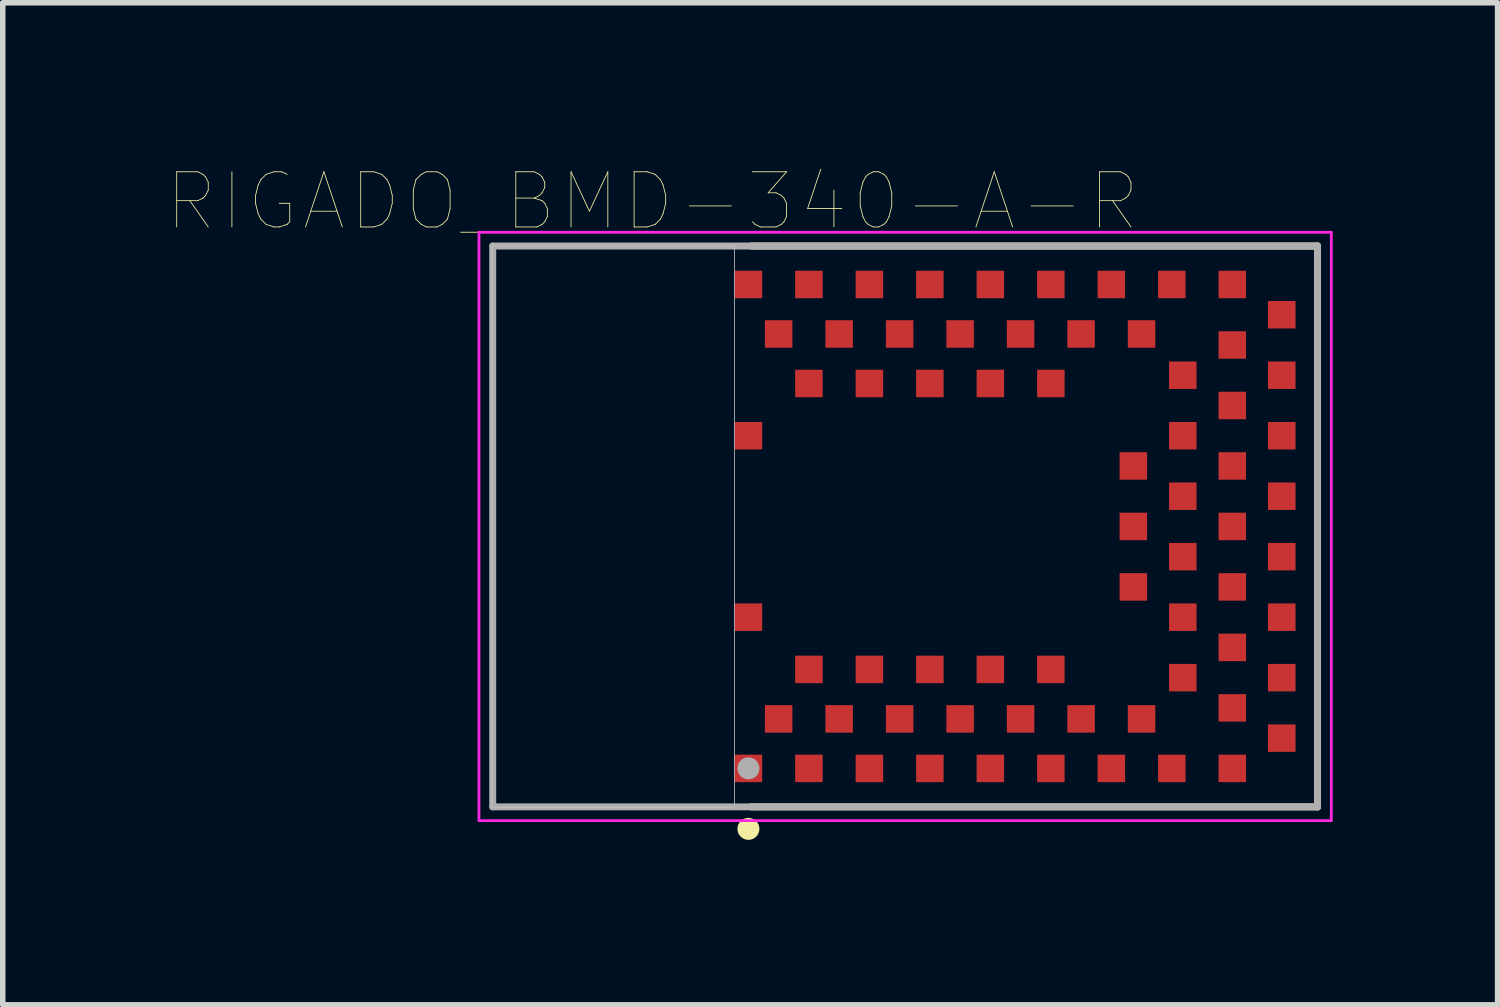
<source format=kicad_pcb>
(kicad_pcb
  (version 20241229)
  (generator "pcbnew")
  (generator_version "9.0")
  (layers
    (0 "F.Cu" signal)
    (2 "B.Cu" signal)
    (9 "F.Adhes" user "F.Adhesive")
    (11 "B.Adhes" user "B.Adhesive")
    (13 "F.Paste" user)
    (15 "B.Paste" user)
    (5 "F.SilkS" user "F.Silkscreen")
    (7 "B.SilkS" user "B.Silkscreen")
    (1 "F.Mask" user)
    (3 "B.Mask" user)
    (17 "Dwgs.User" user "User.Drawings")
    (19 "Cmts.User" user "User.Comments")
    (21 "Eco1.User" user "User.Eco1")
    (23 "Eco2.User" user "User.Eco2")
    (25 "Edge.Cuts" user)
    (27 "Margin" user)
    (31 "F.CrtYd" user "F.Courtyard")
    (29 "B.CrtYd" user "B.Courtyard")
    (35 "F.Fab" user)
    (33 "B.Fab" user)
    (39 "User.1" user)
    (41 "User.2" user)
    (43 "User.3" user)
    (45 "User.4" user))
  (footprint "RIGADO_BMD-340-A-R"
    (layer "F.Cu")
    (at 13.411 6.524)
    (property "Reference" "RIGADO_BMD-340-A-R" (at -4.594 -5.91 0) (layer "F.SilkS") (effects (font (size 1.004 1.004) (thickness 0.015))))
    (attr through_hole)
    (fp_line (start -2.8 5.1) (end 7.5 5.1) (stroke (width 0.127) (type solid)) (layer "F.SilkS"))
    (fp_line (start 7.5 -5.1) (end -2.8 -5.1) (stroke (width 0.127) (type solid)) (layer "F.SilkS"))
    (fp_line (start 7.5 -5.1) (end 7.5 5.1) (stroke (width 0.127) (type solid)) (layer "F.SilkS"))
    (fp_circle (center -2.85 5.5) (end -2.75 5.5) (stroke (width 0.2) (type solid)) (fill no) (layer "F.SilkS"))
    (fp_poly (pts (xy -7.519 -5.1) (xy -3.1 -5.1) (xy -3.1 5.113) (xy -7.519 5.113)) (stroke (width 0.01) (type solid)) (fill no) (layer "Dwgs.User"))
    (fp_poly (pts (xy -7.512 -5.1) (xy -3.1 -5.1) (xy -3.1 5.108) (xy -7.512 5.108)) (stroke (width 0.01) (type solid)) (fill no) (layer "Dwgs.User"))
    (fp_line (start -7.75 -5.35) (end -7.75 5.35) (stroke (width 0.05) (type solid)) (layer "F.CrtYd"))
    (fp_line (start -7.75 5.35) (end 7.75 5.35) (stroke (width 0.05) (type solid)) (layer "F.CrtYd"))
    (fp_line (start 7.75 -5.35) (end -7.75 -5.35) (stroke (width 0.05) (type solid)) (layer "F.CrtYd"))
    (fp_line (start 7.75 5.35) (end 7.75 -5.35) (stroke (width 0.05) (type solid)) (layer "F.CrtYd"))
    (fp_line (start -7.5 -5.1) (end 7.5 -5.1) (stroke (width 0.127) (type solid)) (layer "F.Fab"))
    (fp_line (start -7.5 5.1) (end -7.5 -5.1) (stroke (width 0.127) (type solid)) (layer "F.Fab"))
    (fp_line (start 7.5 -5.1) (end 7.5 5.1) (stroke (width 0.127) (type solid)) (layer "F.Fab"))
    (fp_line (start 7.5 5.1) (end -7.5 5.1) (stroke (width 0.127) (type solid)) (layer "F.Fab"))
    (fp_circle (center -2.85 4.4) (end -2.75 4.4) (stroke (width 0.2) (type solid)) (fill no) (layer "F.Fab"))
    (pad "1" smd rect (at -2.85 4.4) (size 0.5 0.5) (layers "F.Cu" "F.Mask" "F.Paste"))
    (pad "2" smd rect (at -2.3 3.5) (size 0.5 0.5) (layers "F.Cu" "F.Mask" "F.Paste"))
    (pad "3" smd rect (at -1.75 4.4) (size 0.5 0.5) (layers "F.Cu" "F.Mask" "F.Paste"))
    (pad "4" smd rect (at -1.2 3.5) (size 0.5 0.5) (layers "F.Cu" "F.Mask" "F.Paste"))
    (pad "5" smd rect (at -0.65 4.4) (size 0.5 0.5) (layers "F.Cu" "F.Mask" "F.Paste"))
    (pad "6" smd rect (at -0.1 3.5) (size 0.5 0.5) (layers "F.Cu" "F.Mask" "F.Paste"))
    (pad "7" smd rect (at 0.45 4.4) (size 0.5 0.5) (layers "F.Cu" "F.Mask" "F.Paste"))
    (pad "8" smd rect (at 1 3.5) (size 0.5 0.5) (layers "F.Cu" "F.Mask" "F.Paste"))
    (pad "9" smd rect (at 1.55 4.4) (size 0.5 0.5) (layers "F.Cu" "F.Mask" "F.Paste"))
    (pad "10" smd rect (at 2.1 3.5) (size 0.5 0.5) (layers "F.Cu" "F.Mask" "F.Paste"))
    (pad "11" smd rect (at 2.65 4.4) (size 0.5 0.5) (layers "F.Cu" "F.Mask" "F.Paste"))
    (pad "12" smd rect (at 3.2 3.5) (size 0.5 0.5) (layers "F.Cu" "F.Mask" "F.Paste"))
    (pad "13" smd rect (at 3.75 4.4) (size 0.5 0.5) (layers "F.Cu" "F.Mask" "F.Paste"))
    (pad "14" smd rect (at 4.3 3.5) (size 0.5 0.5) (layers "F.Cu" "F.Mask" "F.Paste"))
    (pad "15" smd rect (at 4.85 4.4) (size 0.5 0.5) (layers "F.Cu" "F.Mask" "F.Paste"))
    (pad "16" smd rect (at 5.95 4.4) (size 0.5 0.5) (layers "F.Cu" "F.Mask" "F.Paste"))
    (pad "17" smd rect (at 5.95 3.3) (size 0.5 0.5) (layers "F.Cu" "F.Mask" "F.Paste"))
    (pad "18" smd rect (at 5.05 2.75) (size 0.5 0.5) (layers "F.Cu" "F.Mask" "F.Paste"))
    (pad "19" smd rect (at 5.95 2.2) (size 0.5 0.5) (layers "F.Cu" "F.Mask" "F.Paste"))
    (pad "20" smd rect (at 5.05 1.65) (size 0.5 0.5) (layers "F.Cu" "F.Mask" "F.Paste"))
    (pad "21" smd rect (at 5.95 1.1) (size 0.5 0.5) (layers "F.Cu" "F.Mask" "F.Paste"))
    (pad "22" smd rect (at 5.05 0.55) (size 0.5 0.5) (layers "F.Cu" "F.Mask" "F.Paste"))
    (pad "23" smd rect (at 5.95 0) (size 0.5 0.5) (layers "F.Cu" "F.Mask" "F.Paste"))
    (pad "24" smd rect (at 5.05 -0.55) (size 0.5 0.5) (layers "F.Cu" "F.Mask" "F.Paste"))
    (pad "25" smd rect (at 5.95 -1.1) (size 0.5 0.5) (layers "F.Cu" "F.Mask" "F.Paste"))
    (pad "26" smd rect (at 5.05 -1.65) (size 0.5 0.5) (layers "F.Cu" "F.Mask" "F.Paste"))
    (pad "27" smd rect (at 5.95 -2.2) (size 0.5 0.5) (layers "F.Cu" "F.Mask" "F.Paste"))
    (pad "28" smd rect (at 5.05 -2.75) (size 0.5 0.5) (layers "F.Cu" "F.Mask" "F.Paste"))
    (pad "29" smd rect (at 5.95 -3.3) (size 0.5 0.5) (layers "F.Cu" "F.Mask" "F.Paste"))
    (pad "30" smd rect (at 5.95 -4.4) (size 0.5 0.5) (layers "F.Cu" "F.Mask" "F.Paste"))
    (pad "31" smd rect (at 4.85 -4.4) (size 0.5 0.5) (layers "F.Cu" "F.Mask" "F.Paste"))
    (pad "32" smd rect (at 4.3 -3.5) (size 0.5 0.5) (layers "F.Cu" "F.Mask" "F.Paste"))
    (pad "33" smd rect (at 3.75 -4.4) (size 0.5 0.5) (layers "F.Cu" "F.Mask" "F.Paste"))
    (pad "34" smd rect (at 3.2 -3.5) (size 0.5 0.5) (layers "F.Cu" "F.Mask" "F.Paste"))
    (pad "35" smd rect (at 2.65 -4.4) (size 0.5 0.5) (layers "F.Cu" "F.Mask" "F.Paste"))
    (pad "36" smd rect (at 2.1 -3.5) (size 0.5 0.5) (layers "F.Cu" "F.Mask" "F.Paste"))
    (pad "37" smd rect (at 1.55 -4.4) (size 0.5 0.5) (layers "F.Cu" "F.Mask" "F.Paste"))
    (pad "38" smd rect (at 1 -3.5) (size 0.5 0.5) (layers "F.Cu" "F.Mask" "F.Paste"))
    (pad "39" smd rect (at 0.45 -4.4) (size 0.5 0.5) (layers "F.Cu" "F.Mask" "F.Paste"))
    (pad "40" smd rect (at -0.1 -3.5) (size 0.5 0.5) (layers "F.Cu" "F.Mask" "F.Paste"))
    (pad "41" smd rect (at -0.65 -4.4) (size 0.5 0.5) (layers "F.Cu" "F.Mask" "F.Paste"))
    (pad "42" smd rect (at -1.2 -3.5) (size 0.5 0.5) (layers "F.Cu" "F.Mask" "F.Paste"))
    (pad "43" smd rect (at -1.75 -4.4) (size 0.5 0.5) (layers "F.Cu" "F.Mask" "F.Paste"))
    (pad "44" smd rect (at -2.3 -3.5) (size 0.5 0.5) (layers "F.Cu" "F.Mask" "F.Paste"))
    (pad "45" smd rect (at -2.85 -4.4) (size 0.5 0.5) (layers "F.Cu" "F.Mask" "F.Paste"))
    (pad "46" smd rect (at -2.85 -1.65) (size 0.5 0.5) (layers "F.Cu" "F.Mask" "F.Paste"))
    (pad "47" smd rect (at -2.85 1.65) (size 0.5 0.5) (layers "F.Cu" "F.Mask" "F.Paste"))
    (pad "48" smd rect (at -1.75 2.6) (size 0.5 0.5) (layers "F.Cu" "F.Mask" "F.Paste"))
    (pad "49" smd rect (at -0.65 2.6) (size 0.5 0.5) (layers "F.Cu" "F.Mask" "F.Paste"))
    (pad "50" smd rect (at 0.45 2.6) (size 0.5 0.5) (layers "F.Cu" "F.Mask" "F.Paste"))
    (pad "51" smd rect (at 1.55 2.6) (size 0.5 0.5) (layers "F.Cu" "F.Mask" "F.Paste"))
    (pad "52" smd rect (at 2.65 2.6) (size 0.5 0.5) (layers "F.Cu" "F.Mask" "F.Paste"))
    (pad "53" smd rect (at 4.15 1.1) (size 0.5 0.5) (layers "F.Cu" "F.Mask" "F.Paste"))
    (pad "54" smd rect (at 4.15 0) (size 0.5 0.5) (layers "F.Cu" "F.Mask" "F.Paste"))
    (pad "55" smd rect (at 4.15 -1.1) (size 0.5 0.5) (layers "F.Cu" "F.Mask" "F.Paste"))
    (pad "56" smd rect (at 2.65 -2.6) (size 0.5 0.5) (layers "F.Cu" "F.Mask" "F.Paste"))
    (pad "57" smd rect (at 1.55 -2.6) (size 0.5 0.5) (layers "F.Cu" "F.Mask" "F.Paste"))
    (pad "58" smd rect (at 0.45 -2.6) (size 0.5 0.5) (layers "F.Cu" "F.Mask" "F.Paste"))
    (pad "59" smd rect (at -0.65 -2.6) (size 0.5 0.5) (layers "F.Cu" "F.Mask" "F.Paste"))
    (pad "60" smd rect (at -1.75 -2.6) (size 0.5 0.5) (layers "F.Cu" "F.Mask" "F.Paste"))
    (pad "61" smd rect (at 6.85 3.85) (size 0.5 0.5) (layers "F.Cu" "F.Mask" "F.Paste"))
    (pad "62" smd rect (at 6.85 2.75) (size 0.5 0.5) (layers "F.Cu" "F.Mask" "F.Paste"))
    (pad "63" smd rect (at 6.85 1.65) (size 0.5 0.5) (layers "F.Cu" "F.Mask" "F.Paste"))
    (pad "64" smd rect (at 6.85 0.55) (size 0.5 0.5) (layers "F.Cu" "F.Mask" "F.Paste"))
    (pad "65" smd rect (at 6.85 -0.55) (size 0.5 0.5) (layers "F.Cu" "F.Mask" "F.Paste"))
    (pad "66" smd rect (at 6.85 -1.65) (size 0.5 0.5) (layers "F.Cu" "F.Mask" "F.Paste"))
    (pad "67" smd rect (at 6.85 -2.75) (size 0.5 0.5) (layers "F.Cu" "F.Mask" "F.Paste"))
    (pad "68" smd rect (at 6.85 -3.85) (size 0.5 0.5) (layers "F.Cu" "F.Mask" "F.Paste")))
  (gr_rect
    (start -3 -3)
    (end 24.186 15.224)
    (stroke (width 0.1) (type default))
    (fill no)
    (layer "Edge.Cuts")))
</source>
